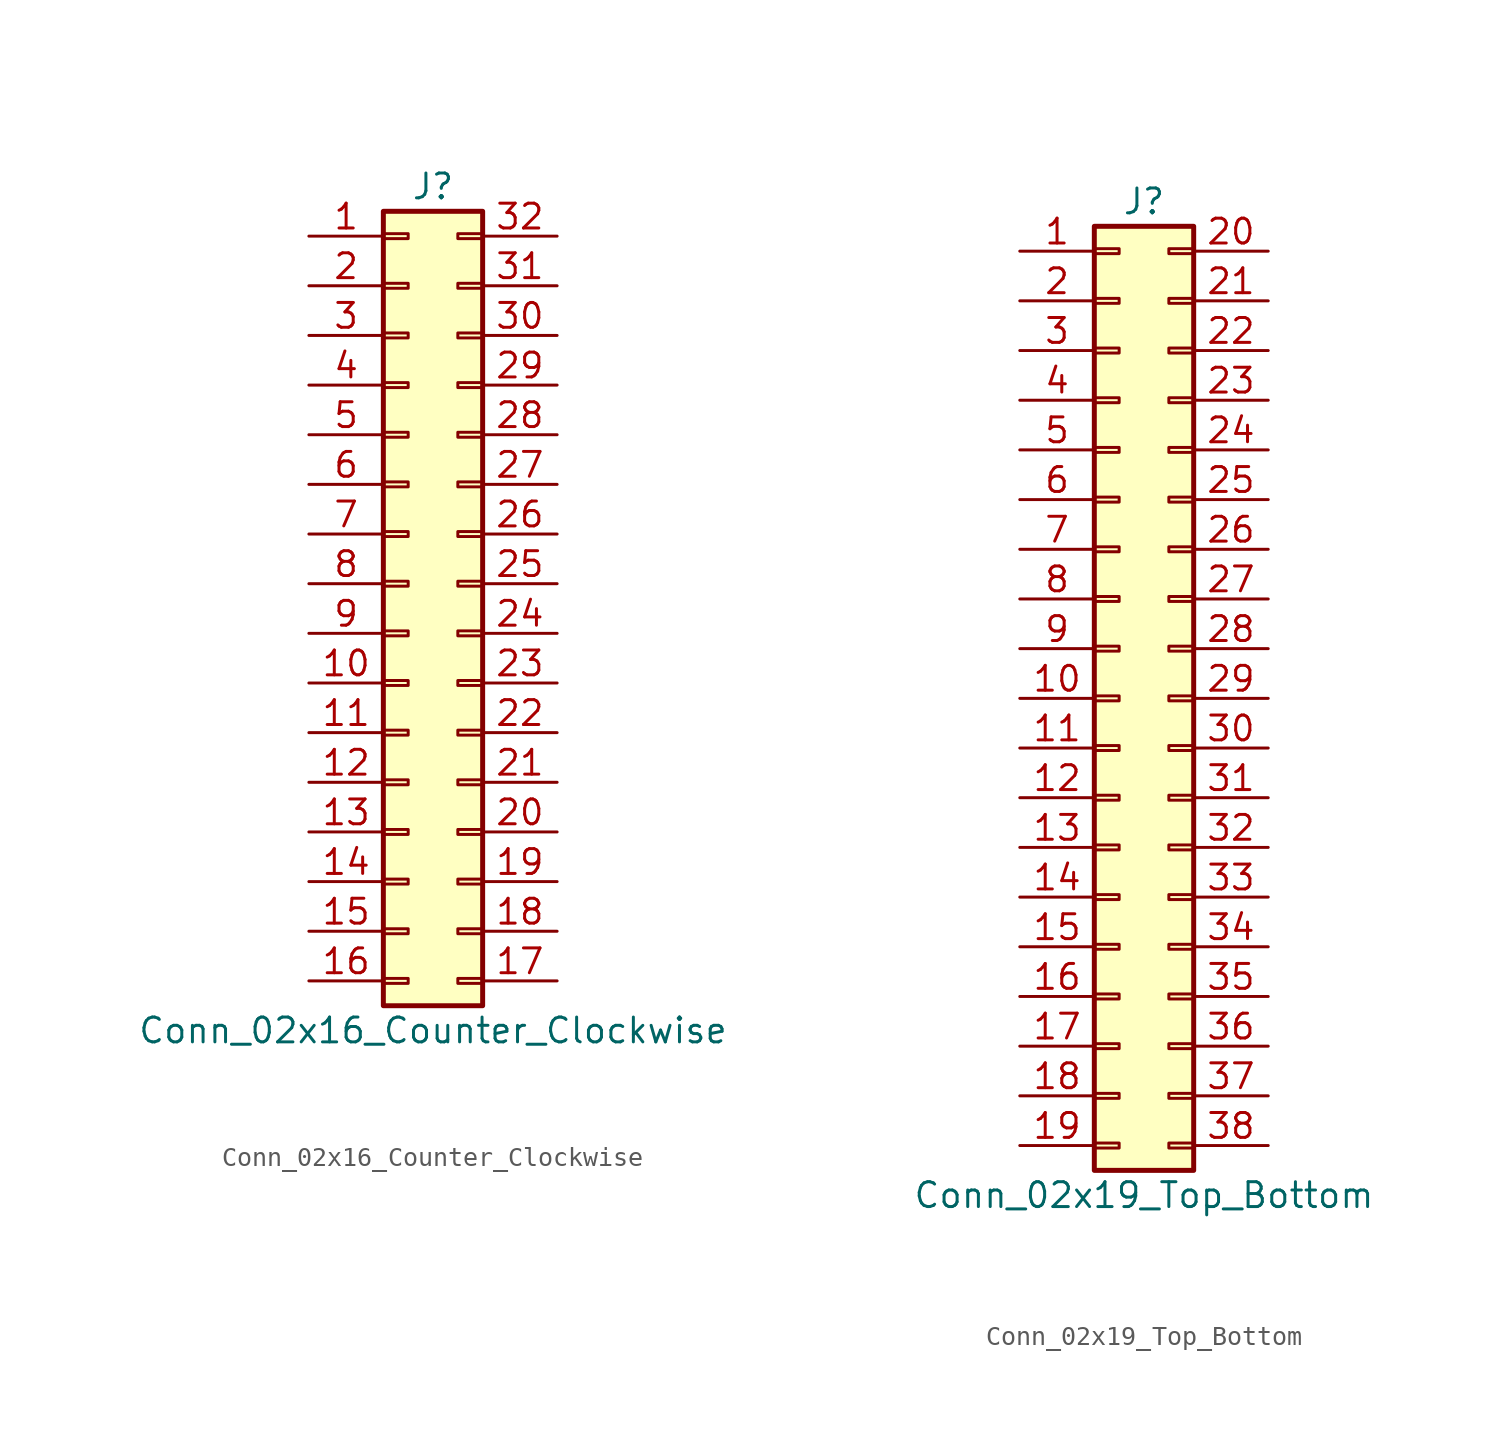
<source format=kicad_sym>
(kicad_symbol_lib
  (version 20220914)
  (generator kicad_symbol_editor)
  (symbol "Conn_02x16_Counter_Clockwise"
    (pin_names
      (offset 1.016) hide)
    (property "Reference" "J"
      (at 1.27 20.32 0)
      (effects (font (size 1.27 1.27))))
    (property "Value" "Conn_02x16_Counter_Clockwise"
      (at 1.27 -22.86 0)
      (effects (font (size 1.27 1.27))))
    (symbol "Conn_02x16_Counter_Clockwise_1_1"
      (rectangle (start -1.27 -20.193) (end 0 -20.447) (stroke (width 0.152) (type default)) (fill (type none)))
      (rectangle (start -1.27 -17.653) (end 0 -17.907) (stroke (width 0.152) (type default)) (fill (type none)))
      (rectangle (start -1.27 -15.113) (end 0 -15.367) (stroke (width 0.152) (type default)) (fill (type none)))
      (rectangle (start -1.27 -12.573) (end 0 -12.827) (stroke (width 0.152) (type default)) (fill (type none)))
      (rectangle (start -1.27 -10.033) (end 0 -10.287) (stroke (width 0.152) (type default)) (fill (type none)))
      (rectangle (start -1.27 -7.493) (end 0 -7.747) (stroke (width 0.152) (type default)) (fill (type none)))
      (rectangle (start -1.27 -4.953) (end 0 -5.207) (stroke (width 0.152) (type default)) (fill (type none)))
      (rectangle (start -1.27 -2.413) (end 0 -2.667) (stroke (width 0.152) (type default)) (fill (type none)))
      (rectangle (start -1.27 0.127) (end 0 -0.127) (stroke (width 0.152) (type default)) (fill (type none)))
      (rectangle (start -1.27 2.667) (end 0 2.413) (stroke (width 0.152) (type default)) (fill (type none)))
      (rectangle (start -1.27 5.207) (end 0 4.953) (stroke (width 0.152) (type default)) (fill (type none)))
      (rectangle (start -1.27 7.747) (end 0 7.493) (stroke (width 0.152) (type default)) (fill (type none)))
      (rectangle (start -1.27 10.287) (end 0 10.033) (stroke (width 0.152) (type default)) (fill (type none)))
      (rectangle (start -1.27 12.827) (end 0 12.573) (stroke (width 0.152) (type default)) (fill (type none)))
      (rectangle (start -1.27 15.367) (end 0 15.113) (stroke (width 0.152) (type default)) (fill (type none)))
      (rectangle (start -1.27 17.907) (end 0 17.653) (stroke (width 0.152) (type default)) (fill (type none)))
      (rectangle (start -1.27 19.05) (end 3.81 -21.59) (stroke (width 0.254) (type default)) (fill (type background)))
      (rectangle (start 3.81 -20.193) (end 2.54 -20.447) (stroke (width 0.152) (type default)) (fill (type none)))
      (rectangle (start 3.81 -17.653) (end 2.54 -17.907) (stroke (width 0.152) (type default)) (fill (type none)))
      (rectangle (start 3.81 -15.113) (end 2.54 -15.367) (stroke (width 0.152) (type default)) (fill (type none)))
      (rectangle (start 3.81 -12.573) (end 2.54 -12.827) (stroke (width 0.152) (type default)) (fill (type none)))
      (rectangle (start 3.81 -10.033) (end 2.54 -10.287) (stroke (width 0.152) (type default)) (fill (type none)))
      (rectangle (start 3.81 -7.493) (end 2.54 -7.747) (stroke (width 0.152) (type default)) (fill (type none)))
      (rectangle (start 3.81 -4.953) (end 2.54 -5.207) (stroke (width 0.152) (type default)) (fill (type none)))
      (rectangle (start 3.81 -2.413) (end 2.54 -2.667) (stroke (width 0.152) (type default)) (fill (type none)))
      (rectangle (start 3.81 0.127) (end 2.54 -0.127) (stroke (width 0.152) (type default)) (fill (type none)))
      (rectangle (start 3.81 2.667) (end 2.54 2.413) (stroke (width 0.152) (type default)) (fill (type none)))
      (rectangle (start 3.81 5.207) (end 2.54 4.953) (stroke (width 0.152) (type default)) (fill (type none)))
      (rectangle (start 3.81 7.747) (end 2.54 7.493) (stroke (width 0.152) (type default)) (fill (type none)))
      (rectangle (start 3.81 10.287) (end 2.54 10.033) (stroke (width 0.152) (type default)) (fill (type none)))
      (rectangle (start 3.81 12.827) (end 2.54 12.573) (stroke (width 0.152) (type default)) (fill (type none)))
      (rectangle (start 3.81 15.367) (end 2.54 15.113) (stroke (width 0.152) (type default)) (fill (type none)))
      (rectangle (start 3.81 17.907) (end 2.54 17.653) (stroke (width 0.152) (type default)) (fill (type none)))
      (pin passive line (at -5.08 17.78 0) (length 3.81) (name "Pin_1" (effects (font (size 1.27 1.27)))) (number "1" (effects (font (size 1.27 1.27)))))
      (pin passive line (at -5.08 -5.08 0) (length 3.81) (name "Pin_10" (effects (font (size 1.27 1.27)))) (number "10" (effects (font (size 1.27 1.27)))))
      (pin passive line (at -5.08 -7.62 0) (length 3.81) (name "Pin_11" (effects (font (size 1.27 1.27)))) (number "11" (effects (font (size 1.27 1.27)))))
      (pin passive line (at -5.08 -10.16 0) (length 3.81) (name "Pin_12" (effects (font (size 1.27 1.27)))) (number "12" (effects (font (size 1.27 1.27)))))
      (pin passive line (at -5.08 -12.7 0) (length 3.81) (name "Pin_13" (effects (font (size 1.27 1.27)))) (number "13" (effects (font (size 1.27 1.27)))))
      (pin passive line (at -5.08 -15.24 0) (length 3.81) (name "Pin_14" (effects (font (size 1.27 1.27)))) (number "14" (effects (font (size 1.27 1.27)))))
      (pin passive line (at -5.08 -17.78 0) (length 3.81) (name "Pin_15" (effects (font (size 1.27 1.27)))) (number "15" (effects (font (size 1.27 1.27)))))
      (pin passive line (at -5.08 -20.32 0) (length 3.81) (name "Pin_16" (effects (font (size 1.27 1.27)))) (number "16" (effects (font (size 1.27 1.27)))))
      (pin passive line (at 7.62 -20.32 180) (length 3.81) (name "Pin_17" (effects (font (size 1.27 1.27)))) (number "17" (effects (font (size 1.27 1.27)))))
      (pin passive line (at 7.62 -17.78 180) (length 3.81) (name "Pin_18" (effects (font (size 1.27 1.27)))) (number "18" (effects (font (size 1.27 1.27)))))
      (pin passive line (at 7.62 -15.24 180) (length 3.81) (name "Pin_19" (effects (font (size 1.27 1.27)))) (number "19" (effects (font (size 1.27 1.27)))))
      (pin passive line (at -5.08 15.24 0) (length 3.81) (name "Pin_2" (effects (font (size 1.27 1.27)))) (number "2" (effects (font (size 1.27 1.27)))))
      (pin passive line (at 7.62 -12.7 180) (length 3.81) (name "Pin_20" (effects (font (size 1.27 1.27)))) (number "20" (effects (font (size 1.27 1.27)))))
      (pin passive line (at 7.62 -10.16 180) (length 3.81) (name "Pin_21" (effects (font (size 1.27 1.27)))) (number "21" (effects (font (size 1.27 1.27)))))
      (pin passive line (at 7.62 -7.62 180) (length 3.81) (name "Pin_22" (effects (font (size 1.27 1.27)))) (number "22" (effects (font (size 1.27 1.27)))))
      (pin passive line (at 7.62 -5.08 180) (length 3.81) (name "Pin_23" (effects (font (size 1.27 1.27)))) (number "23" (effects (font (size 1.27 1.27)))))
      (pin passive line (at 7.62 -2.54 180) (length 3.81) (name "Pin_24" (effects (font (size 1.27 1.27)))) (number "24" (effects (font (size 1.27 1.27)))))
      (pin passive line (at 7.62 0 180) (length 3.81) (name "Pin_25" (effects (font (size 1.27 1.27)))) (number "25" (effects (font (size 1.27 1.27)))))
      (pin passive line (at 7.62 2.54 180) (length 3.81) (name "Pin_26" (effects (font (size 1.27 1.27)))) (number "26" (effects (font (size 1.27 1.27)))))
      (pin passive line (at 7.62 5.08 180) (length 3.81) (name "Pin_27" (effects (font (size 1.27 1.27)))) (number "27" (effects (font (size 1.27 1.27)))))
      (pin passive line (at 7.62 7.62 180) (length 3.81) (name "Pin_28" (effects (font (size 1.27 1.27)))) (number "28" (effects (font (size 1.27 1.27)))))
      (pin passive line (at 7.62 10.16 180) (length 3.81) (name "Pin_29" (effects (font (size 1.27 1.27)))) (number "29" (effects (font (size 1.27 1.27)))))
      (pin passive line (at -5.08 12.7 0) (length 3.81) (name "Pin_3" (effects (font (size 1.27 1.27)))) (number "3" (effects (font (size 1.27 1.27)))))
      (pin passive line (at 7.62 12.7 180) (length 3.81) (name "Pin_30" (effects (font (size 1.27 1.27)))) (number "30" (effects (font (size 1.27 1.27)))))
      (pin passive line (at 7.62 15.24 180) (length 3.81) (name "Pin_31" (effects (font (size 1.27 1.27)))) (number "31" (effects (font (size 1.27 1.27)))))
      (pin passive line (at 7.62 17.78 180) (length 3.81) (name "Pin_32" (effects (font (size 1.27 1.27)))) (number "32" (effects (font (size 1.27 1.27)))))
      (pin passive line (at -5.08 10.16 0) (length 3.81) (name "Pin_4" (effects (font (size 1.27 1.27)))) (number "4" (effects (font (size 1.27 1.27)))))
      (pin passive line (at -5.08 7.62 0) (length 3.81) (name "Pin_5" (effects (font (size 1.27 1.27)))) (number "5" (effects (font (size 1.27 1.27)))))
      (pin passive line (at -5.08 5.08 0) (length 3.81) (name "Pin_6" (effects (font (size 1.27 1.27)))) (number "6" (effects (font (size 1.27 1.27)))))
      (pin passive line (at -5.08 2.54 0) (length 3.81) (name "Pin_7" (effects (font (size 1.27 1.27)))) (number "7" (effects (font (size 1.27 1.27)))))
      (pin passive line (at -5.08 0 0) (length 3.81) (name "Pin_8" (effects (font (size 1.27 1.27)))) (number "8" (effects (font (size 1.27 1.27)))))
      (pin passive line (at -5.08 -2.54 0) (length 3.81) (name "Pin_9" (effects (font (size 1.27 1.27)))) (number "9" (effects (font (size 1.27 1.27)))))))
  (symbol "Conn_02x19_Top_Bottom"
    (pin_names
      (offset 1.016) hide)
    (property "Reference" "J"
      (at 1.27 25.4 0)
      (effects (font (size 1.27 1.27))))
    (property "Value" "Conn_02x19_Top_Bottom"
      (at 1.27 -25.4 0)
      (effects (font (size 1.27 1.27))))
    (symbol "Conn_02x19_Top_Bottom_1_1"
      (rectangle (start -1.27 -22.733) (end 0 -22.987) (stroke (width 0.152) (type default)) (fill (type none)))
      (rectangle (start -1.27 -20.193) (end 0 -20.447) (stroke (width 0.152) (type default)) (fill (type none)))
      (rectangle (start -1.27 -17.653) (end 0 -17.907) (stroke (width 0.152) (type default)) (fill (type none)))
      (rectangle (start -1.27 -15.113) (end 0 -15.367) (stroke (width 0.152) (type default)) (fill (type none)))
      (rectangle (start -1.27 -12.573) (end 0 -12.827) (stroke (width 0.152) (type default)) (fill (type none)))
      (rectangle (start -1.27 -10.033) (end 0 -10.287) (stroke (width 0.152) (type default)) (fill (type none)))
      (rectangle (start -1.27 -7.493) (end 0 -7.747) (stroke (width 0.152) (type default)) (fill (type none)))
      (rectangle (start -1.27 -4.953) (end 0 -5.207) (stroke (width 0.152) (type default)) (fill (type none)))
      (rectangle (start -1.27 -2.413) (end 0 -2.667) (stroke (width 0.152) (type default)) (fill (type none)))
      (rectangle (start -1.27 0.127) (end 0 -0.127) (stroke (width 0.152) (type default)) (fill (type none)))
      (rectangle (start -1.27 2.667) (end 0 2.413) (stroke (width 0.152) (type default)) (fill (type none)))
      (rectangle (start -1.27 5.207) (end 0 4.953) (stroke (width 0.152) (type default)) (fill (type none)))
      (rectangle (start -1.27 7.747) (end 0 7.493) (stroke (width 0.152) (type default)) (fill (type none)))
      (rectangle (start -1.27 10.287) (end 0 10.033) (stroke (width 0.152) (type default)) (fill (type none)))
      (rectangle (start -1.27 12.827) (end 0 12.573) (stroke (width 0.152) (type default)) (fill (type none)))
      (rectangle (start -1.27 15.367) (end 0 15.113) (stroke (width 0.152) (type default)) (fill (type none)))
      (rectangle (start -1.27 17.907) (end 0 17.653) (stroke (width 0.152) (type default)) (fill (type none)))
      (rectangle (start -1.27 20.447) (end 0 20.193) (stroke (width 0.152) (type default)) (fill (type none)))
      (rectangle (start -1.27 22.987) (end 0 22.733) (stroke (width 0.152) (type default)) (fill (type none)))
      (rectangle (start -1.27 24.13) (end 3.81 -24.13) (stroke (width 0.254) (type default)) (fill (type background)))
      (rectangle (start 3.81 -22.733) (end 2.54 -22.987) (stroke (width 0.152) (type default)) (fill (type none)))
      (rectangle (start 3.81 -20.193) (end 2.54 -20.447) (stroke (width 0.152) (type default)) (fill (type none)))
      (rectangle (start 3.81 -17.653) (end 2.54 -17.907) (stroke (width 0.152) (type default)) (fill (type none)))
      (rectangle (start 3.81 -15.113) (end 2.54 -15.367) (stroke (width 0.152) (type default)) (fill (type none)))
      (rectangle (start 3.81 -12.573) (end 2.54 -12.827) (stroke (width 0.152) (type default)) (fill (type none)))
      (rectangle (start 3.81 -10.033) (end 2.54 -10.287) (stroke (width 0.152) (type default)) (fill (type none)))
      (rectangle (start 3.81 -7.493) (end 2.54 -7.747) (stroke (width 0.152) (type default)) (fill (type none)))
      (rectangle (start 3.81 -4.953) (end 2.54 -5.207) (stroke (width 0.152) (type default)) (fill (type none)))
      (rectangle (start 3.81 -2.413) (end 2.54 -2.667) (stroke (width 0.152) (type default)) (fill (type none)))
      (rectangle (start 3.81 0.127) (end 2.54 -0.127) (stroke (width 0.152) (type default)) (fill (type none)))
      (rectangle (start 3.81 2.667) (end 2.54 2.413) (stroke (width 0.152) (type default)) (fill (type none)))
      (rectangle (start 3.81 5.207) (end 2.54 4.953) (stroke (width 0.152) (type default)) (fill (type none)))
      (rectangle (start 3.81 7.747) (end 2.54 7.493) (stroke (width 0.152) (type default)) (fill (type none)))
      (rectangle (start 3.81 10.287) (end 2.54 10.033) (stroke (width 0.152) (type default)) (fill (type none)))
      (rectangle (start 3.81 12.827) (end 2.54 12.573) (stroke (width 0.152) (type default)) (fill (type none)))
      (rectangle (start 3.81 15.367) (end 2.54 15.113) (stroke (width 0.152) (type default)) (fill (type none)))
      (rectangle (start 3.81 17.907) (end 2.54 17.653) (stroke (width 0.152) (type default)) (fill (type none)))
      (rectangle (start 3.81 20.447) (end 2.54 20.193) (stroke (width 0.152) (type default)) (fill (type none)))
      (rectangle (start 3.81 22.987) (end 2.54 22.733) (stroke (width 0.152) (type default)) (fill (type none)))
      (pin passive line (at -5.08 22.86 0) (length 3.81) (name "Pin_1" (effects (font (size 1.27 1.27)))) (number "1" (effects (font (size 1.27 1.27)))))
      (pin passive line (at -5.08 0 0) (length 3.81) (name "Pin_10" (effects (font (size 1.27 1.27)))) (number "10" (effects (font (size 1.27 1.27)))))
      (pin passive line (at -5.08 -2.54 0) (length 3.81) (name "Pin_11" (effects (font (size 1.27 1.27)))) (number "11" (effects (font (size 1.27 1.27)))))
      (pin passive line (at -5.08 -5.08 0) (length 3.81) (name "Pin_12" (effects (font (size 1.27 1.27)))) (number "12" (effects (font (size 1.27 1.27)))))
      (pin passive line (at -5.08 -7.62 0) (length 3.81) (name "Pin_13" (effects (font (size 1.27 1.27)))) (number "13" (effects (font (size 1.27 1.27)))))
      (pin passive line (at -5.08 -10.16 0) (length 3.81) (name "Pin_14" (effects (font (size 1.27 1.27)))) (number "14" (effects (font (size 1.27 1.27)))))
      (pin passive line (at -5.08 -12.7 0) (length 3.81) (name "Pin_15" (effects (font (size 1.27 1.27)))) (number "15" (effects (font (size 1.27 1.27)))))
      (pin passive line (at -5.08 -15.24 0) (length 3.81) (name "Pin_16" (effects (font (size 1.27 1.27)))) (number "16" (effects (font (size 1.27 1.27)))))
      (pin passive line (at -5.08 -17.78 0) (length 3.81) (name "Pin_17" (effects (font (size 1.27 1.27)))) (number "17" (effects (font (size 1.27 1.27)))))
      (pin passive line (at -5.08 -20.32 0) (length 3.81) (name "Pin_18" (effects (font (size 1.27 1.27)))) (number "18" (effects (font (size 1.27 1.27)))))
      (pin passive line (at -5.08 -22.86 0) (length 3.81) (name "Pin_19" (effects (font (size 1.27 1.27)))) (number "19" (effects (font (size 1.27 1.27)))))
      (pin passive line (at -5.08 20.32 0) (length 3.81) (name "Pin_2" (effects (font (size 1.27 1.27)))) (number "2" (effects (font (size 1.27 1.27)))))
      (pin passive line (at 7.62 22.86 180) (length 3.81) (name "Pin_20" (effects (font (size 1.27 1.27)))) (number "20" (effects (font (size 1.27 1.27)))))
      (pin passive line (at 7.62 20.32 180) (length 3.81) (name "Pin_21" (effects (font (size 1.27 1.27)))) (number "21" (effects (font (size 1.27 1.27)))))
      (pin passive line (at 7.62 17.78 180) (length 3.81) (name "Pin_22" (effects (font (size 1.27 1.27)))) (number "22" (effects (font (size 1.27 1.27)))))
      (pin passive line (at 7.62 15.24 180) (length 3.81) (name "Pin_23" (effects (font (size 1.27 1.27)))) (number "23" (effects (font (size 1.27 1.27)))))
      (pin passive line (at 7.62 12.7 180) (length 3.81) (name "Pin_24" (effects (font (size 1.27 1.27)))) (number "24" (effects (font (size 1.27 1.27)))))
      (pin passive line (at 7.62 10.16 180) (length 3.81) (name "Pin_25" (effects (font (size 1.27 1.27)))) (number "25" (effects (font (size 1.27 1.27)))))
      (pin passive line (at 7.62 7.62 180) (length 3.81) (name "Pin_26" (effects (font (size 1.27 1.27)))) (number "26" (effects (font (size 1.27 1.27)))))
      (pin passive line (at 7.62 5.08 180) (length 3.81) (name "Pin_27" (effects (font (size 1.27 1.27)))) (number "27" (effects (font (size 1.27 1.27)))))
      (pin passive line (at 7.62 2.54 180) (length 3.81) (name "Pin_28" (effects (font (size 1.27 1.27)))) (number "28" (effects (font (size 1.27 1.27)))))
      (pin passive line (at 7.62 0 180) (length 3.81) (name "Pin_29" (effects (font (size 1.27 1.27)))) (number "29" (effects (font (size 1.27 1.27)))))
      (pin passive line (at -5.08 17.78 0) (length 3.81) (name "Pin_3" (effects (font (size 1.27 1.27)))) (number "3" (effects (font (size 1.27 1.27)))))
      (pin passive line (at 7.62 -2.54 180) (length 3.81) (name "Pin_30" (effects (font (size 1.27 1.27)))) (number "30" (effects (font (size 1.27 1.27)))))
      (pin passive line (at 7.62 -5.08 180) (length 3.81) (name "Pin_31" (effects (font (size 1.27 1.27)))) (number "31" (effects (font (size 1.27 1.27)))))
      (pin passive line (at 7.62 -7.62 180) (length 3.81) (name "Pin_32" (effects (font (size 1.27 1.27)))) (number "32" (effects (font (size 1.27 1.27)))))
      (pin passive line (at 7.62 -10.16 180) (length 3.81) (name "Pin_33" (effects (font (size 1.27 1.27)))) (number "33" (effects (font (size 1.27 1.27)))))
      (pin passive line (at 7.62 -12.7 180) (length 3.81) (name "Pin_34" (effects (font (size 1.27 1.27)))) (number "34" (effects (font (size 1.27 1.27)))))
      (pin passive line (at 7.62 -15.24 180) (length 3.81) (name "Pin_35" (effects (font (size 1.27 1.27)))) (number "35" (effects (font (size 1.27 1.27)))))
      (pin passive line (at 7.62 -17.78 180) (length 3.81) (name "Pin_36" (effects (font (size 1.27 1.27)))) (number "36" (effects (font (size 1.27 1.27)))))
      (pin passive line (at 7.62 -20.32 180) (length 3.81) (name "Pin_37" (effects (font (size 1.27 1.27)))) (number "37" (effects (font (size 1.27 1.27)))))
      (pin passive line (at 7.62 -22.86 180) (length 3.81) (name "Pin_38" (effects (font (size 1.27 1.27)))) (number "38" (effects (font (size 1.27 1.27)))))
      (pin passive line (at -5.08 15.24 0) (length 3.81) (name "Pin_4" (effects (font (size 1.27 1.27)))) (number "4" (effects (font (size 1.27 1.27)))))
      (pin passive line (at -5.08 12.7 0) (length 3.81) (name "Pin_5" (effects (font (size 1.27 1.27)))) (number "5" (effects (font (size 1.27 1.27)))))
      (pin passive line (at -5.08 10.16 0) (length 3.81) (name "Pin_6" (effects (font (size 1.27 1.27)))) (number "6" (effects (font (size 1.27 1.27)))))
      (pin passive line (at -5.08 7.62 0) (length 3.81) (name "Pin_7" (effects (font (size 1.27 1.27)))) (number "7" (effects (font (size 1.27 1.27)))))
      (pin passive line (at -5.08 5.08 0) (length 3.81) (name "Pin_8" (effects (font (size 1.27 1.27)))) (number "8" (effects (font (size 1.27 1.27)))))
      (pin passive line (at -5.08 2.54 0) (length 3.81) (name "Pin_9" (effects (font (size 1.27 1.27)))) (number "9" (effects (font (size 1.27 1.27))))))))
</source>
